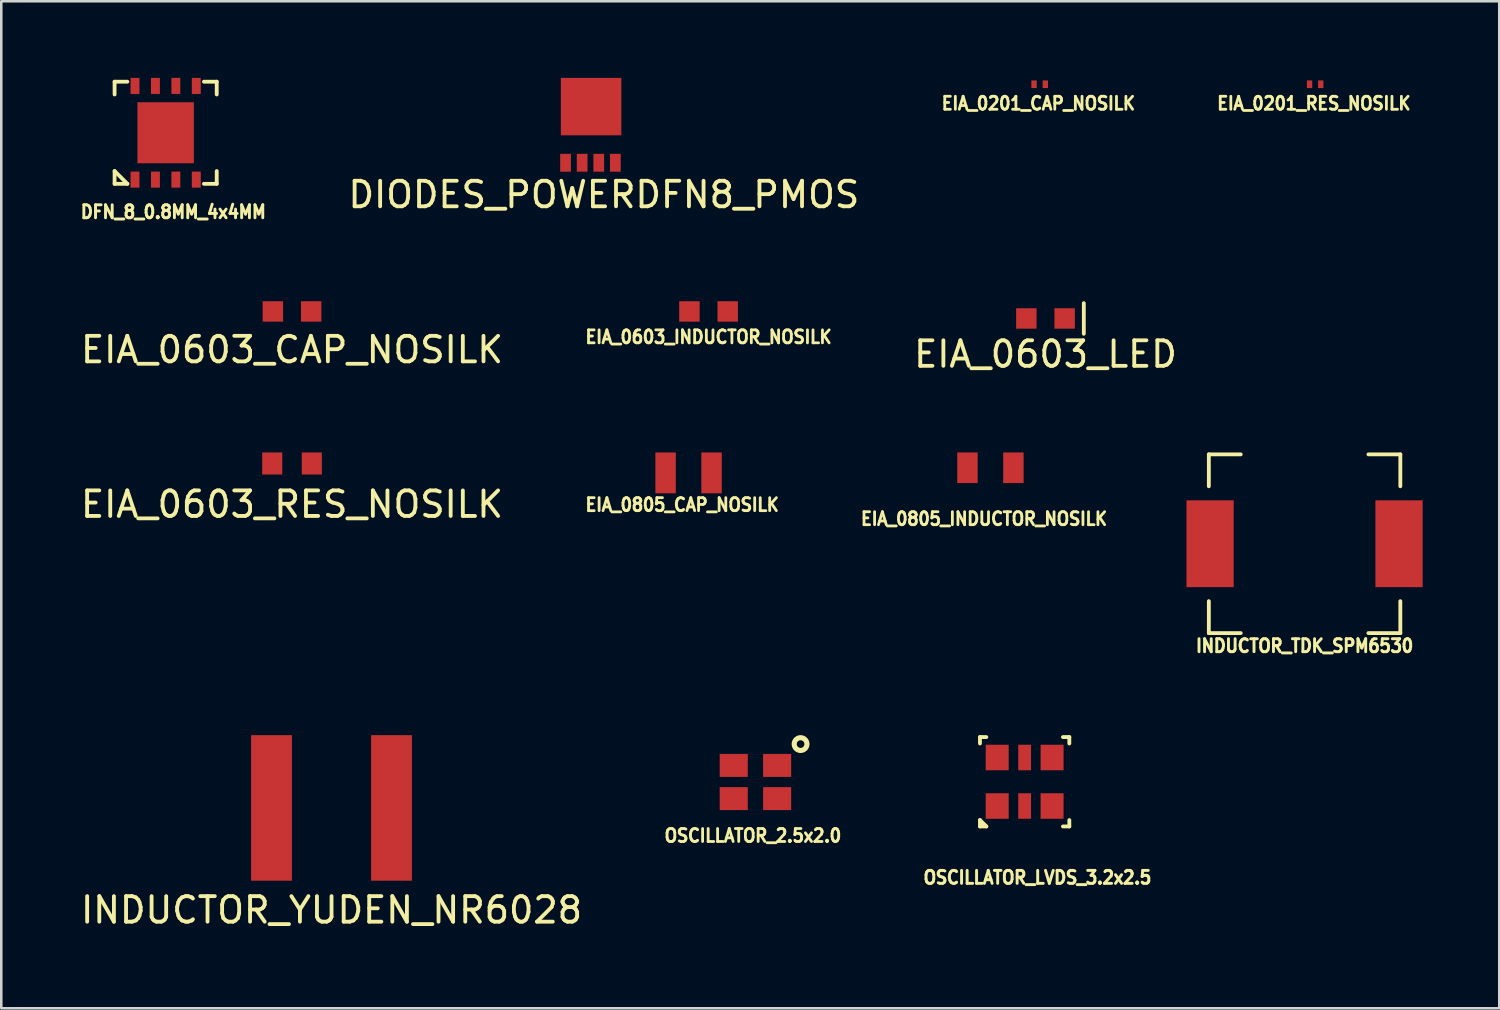
<source format=kicad_pcb>
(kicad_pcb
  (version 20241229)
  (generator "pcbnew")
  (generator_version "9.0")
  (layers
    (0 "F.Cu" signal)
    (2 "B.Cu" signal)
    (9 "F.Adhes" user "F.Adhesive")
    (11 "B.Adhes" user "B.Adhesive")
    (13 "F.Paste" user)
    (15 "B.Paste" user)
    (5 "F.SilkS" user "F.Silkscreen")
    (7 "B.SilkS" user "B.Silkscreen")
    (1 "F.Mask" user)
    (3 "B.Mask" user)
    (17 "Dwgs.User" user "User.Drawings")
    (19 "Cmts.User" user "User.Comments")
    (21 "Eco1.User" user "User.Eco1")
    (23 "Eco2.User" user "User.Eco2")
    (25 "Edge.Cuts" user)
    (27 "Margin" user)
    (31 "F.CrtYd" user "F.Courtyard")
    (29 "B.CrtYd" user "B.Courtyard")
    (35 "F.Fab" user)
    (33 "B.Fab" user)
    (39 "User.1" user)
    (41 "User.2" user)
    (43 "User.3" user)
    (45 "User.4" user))
  (footprint "DIODES_POWERDFN8_PMOS"
    (layer "F.Cu")
    (at 20.101 1.825)
    (property "Reference" "DIODES_POWERDFN8_PMOS" (at 0.5 2.75 0) (layer "F.SilkS") (effects (font (size 1 1) (thickness 0.15))))
    (attr through_hole)
    (pad "D" smd rect (at 0 -0.7) (size 2.37 2.25) (layers "F.Cu" "F.Mask" "F.Paste"))
    (pad "G" smd rect (at 0.95 1.5) (size 0.42 0.7) (layers "F.Cu" "F.Mask" "F.Paste"))
    (pad "S" smd rect (at -1 1.5) (size 0.42 0.7) (layers "F.Cu" "F.Mask" "F.Paste"))
    (pad "S" smd rect (at -0.35 1.5) (size 0.42 0.7) (layers "F.Cu" "F.Mask" "F.Paste"))
    (pad "S" smd rect (at 0.3 1.5) (size 0.42 0.7) (layers "F.Cu" "F.Mask" "F.Paste")))
  (footprint "EIA_0201_CAP_NOSILK"
    (layer "F.Cu")
    (at 37.671 0.25)
    (property "Reference" "EIA_0201_CAP_NOSILK" (at -0.05 0.75 0) (layer "F.SilkS") (effects (font (size 0.508 0.457) (thickness 0.11))))
    (attr through_hole)
    (pad "1" smd rect (at -0.22 0) (size 0.21 0.3) (layers "F.Cu" "F.Mask" "F.Paste"))
    (pad "2" smd rect (at 0.22 0) (size 0.21 0.3) (layers "F.Cu" "F.Mask" "F.Paste")))
  (footprint "EIA_0603_INDUCTOR_NOSILK"
    (layer "F.Cu")
    (at 24.702 9.148)
    (property "Reference" "EIA_0603_INDUCTOR_NOSILK" (at 0 1 0) (layer "F.SilkS") (effects (font (size 0.508 0.457) (thickness 0.11))))
    (attr through_hole)
    (pad "1" smd rect (at -0.75 0) (size 0.8 0.8) (layers "F.Cu" "F.Mask" "F.Paste"))
    (pad "2" smd rect (at 0.75 0) (size 0.8 0.8) (layers "F.Cu" "F.Mask" "F.Paste")))
  (footprint "INDUCTOR_YUDEN_NR6028"
    (layer "F.Cu")
    (at 9.935 28.594)
    (property "Reference" "INDUCTOR_YUDEN_NR6028" (at 0 4 0) (layer "F.SilkS") (effects (font (size 1 1) (thickness 0.15))))
    (attr through_hole)
    (pad "1" smd rect (at -2.35 0) (size 1.6 5.7) (layers "F.Cu" "F.Mask" "F.Paste"))
    (pad "2" smd rect (at 2.35 0) (size 1.6 5.7) (layers "F.Cu" "F.Mask" "F.Paste")))
  (footprint "INDUCTOR_TDK_SPM6530"
    (layer "F.Cu")
    (at 48.046 18.246)
    (property "Reference" "INDUCTOR_TDK_SPM6530" (at 0 4 0) (layer "F.SilkS") (effects (font (size 0.508 0.457) (thickness 0.114))))
    (attr through_hole)
    (fp_line (start -3.75 -3.5) (end -2.5 -3.5) (stroke (width 0.15) (type solid)) (layer "F.SilkS"))
    (fp_line (start -3.75 -2.25) (end -3.75 -3.5) (stroke (width 0.15) (type solid)) (layer "F.SilkS"))
    (fp_line (start -3.75 2.25) (end -3.75 3.5) (stroke (width 0.15) (type solid)) (layer "F.SilkS"))
    (fp_line (start -3.75 3.5) (end -2.5 3.5) (stroke (width 0.15) (type solid)) (layer "F.SilkS"))
    (fp_line (start 3.75 -3.5) (end 2.5 -3.5) (stroke (width 0.15) (type solid)) (layer "F.SilkS"))
    (fp_line (start 3.75 -2.25) (end 3.75 -3.5) (stroke (width 0.15) (type solid)) (layer "F.SilkS"))
    (fp_line (start 3.75 2.25) (end 3.75 3.5) (stroke (width 0.15) (type solid)) (layer "F.SilkS"))
    (fp_line (start 3.75 3.5) (end 2.5 3.5) (stroke (width 0.15) (type solid)) (layer "F.SilkS"))
    (pad "1" smd rect (at -3.7 0) (size 1.85 3.4) (layers "F.Cu" "F.Mask" "F.Paste"))
    (pad "2" smd rect (at 3.7 0) (size 1.85 3.4) (layers "F.Cu" "F.Mask" "F.Paste")))
  (footprint "EIA_0805_CAP_NOSILK"
    (layer "F.Cu")
    (at 23.919 15.471)
    (property "Reference" "EIA_0805_CAP_NOSILK" (at -0.25 1.25 0) (layer "F.SilkS") (effects (font (size 0.508 0.457) (thickness 0.11))))
    (attr through_hole)
    (pad "1" smd rect (at -0.9 0) (size 0.8 1.6) (layers "F.Cu" "F.Mask" "F.Paste"))
    (pad "2" smd rect (at 0.9 0) (size 0.8 1.6) (layers "F.Cu" "F.Mask" "F.Paste")))
  (footprint "EIA_0603_LED"
    (layer "F.Cu")
    (at 37.899 9.423)
    (property "Reference" "EIA_0603_LED" (at 0 1.4 0) (layer "F.SilkS") (effects (font (size 1 1) (thickness 0.15))))
    (attr through_hole)
    (fp_line (start 1.5 -0.6) (end 1.5 0.6) (stroke (width 0.15) (type solid)) (layer "F.SilkS"))
    (pad "1" smd rect (at -0.75 0) (size 0.8 0.8) (layers "F.Cu" "F.Mask" "F.Paste"))
    (pad "2" smd rect (at 0.75 0) (size 0.8 0.8) (layers "F.Cu" "F.Mask" "F.Paste")))
  (footprint "OSCILLATOR_2.5x2.0"
    (layer "F.Cu")
    (at 26.538 27.579)
    (property "Reference" "OSCILLATOR_2.5x2.0" (at -0.1 2.1 0) (layer "F.SilkS") (effects (font (size 0.508 0.457) (thickness 0.11))))
    (attr through_hole)
    (fp_circle (center 1.768 -1.486) (end 1.768 -1.236) (stroke (width 0.2) (type solid)) (fill no) (layer "F.SilkS"))
    (pad "1" smd rect (at 0.85 -0.65) (size 1.1 0.9) (layers "F.Cu" "F.Mask" "F.Paste"))
    (pad "2" smd rect (at -0.85 -0.65) (size 1.1 0.9) (layers "F.Cu" "F.Mask" "F.Paste"))
    (pad "3" smd rect (at -0.85 0.65) (size 1.1 0.9) (layers "F.Cu" "F.Mask" "F.Paste"))
    (pad "4" smd rect (at 0.85 0.65) (size 1.1 0.9) (layers "F.Cu" "F.Mask" "F.Paste")))
  (footprint "EIA_0603_CAP_NOSILK"
    (layer "F.Cu")
    (at 8.387 9.148)
    (property "Reference" "EIA_0603_CAP_NOSILK" (at 0 1.5 0) (layer "F.SilkS") (effects (font (size 1 1) (thickness 0.15))))
    (attr through_hole)
    (pad "1" smd rect (at -0.75 0) (size 0.8 0.8) (layers "F.Cu" "F.Mask" "F.Paste"))
    (pad "2" smd rect (at 0.75 0) (size 0.8 0.8) (layers "F.Cu" "F.Mask" "F.Paste")))
  (footprint "OSCILLATOR_LVDS_3.2x2.5"
    (layer "F.Cu")
    (at 37.082 27.569)
    (property "Reference" "OSCILLATOR_LVDS_3.2x2.5" (at 0.5 3.75 0) (layer "F.SilkS") (effects (font (size 0.508 0.457) (thickness 0.114))))
    (attr through_hole)
    (fp_line (start -1.75 -1.75) (end -1.75 -1.5) (stroke (width 0.15) (type solid)) (layer "F.SilkS"))
    (fp_line (start -1.75 1.5) (end -1.5 1.75) (stroke (width 0.15) (type solid)) (layer "F.SilkS"))
    (fp_line (start -1.75 1.75) (end -1.75 1.5) (stroke (width 0.15) (type solid)) (layer "F.SilkS"))
    (fp_line (start -1.5 -1.75) (end -1.75 -1.75) (stroke (width 0.15) (type solid)) (layer "F.SilkS"))
    (fp_line (start -1.5 1.75) (end -1.75 1.75) (stroke (width 0.15) (type solid)) (layer "F.SilkS"))
    (fp_line (start 1.5 -1.75) (end 1.75 -1.75) (stroke (width 0.15) (type solid)) (layer "F.SilkS"))
    (fp_line (start 1.75 -1.75) (end 1.75 -1.5) (stroke (width 0.15) (type solid)) (layer "F.SilkS"))
    (fp_line (start 1.75 1.5) (end 1.75 1.75) (stroke (width 0.15) (type solid)) (layer "F.SilkS"))
    (fp_line (start 1.75 1.75) (end 1.5 1.75) (stroke (width 0.15) (type solid)) (layer "F.SilkS"))
    (pad "1" smd rect (at -1.075 0.95) (size 0.9 1) (layers "F.Cu" "F.Mask" "F.Paste"))
    (pad "2" smd rect (at 0 0.95) (size 0.5 1) (layers "F.Cu" "F.Mask" "F.Paste"))
    (pad "3" smd rect (at 1.075 0.95) (size 0.9 1) (layers "F.Cu" "F.Mask" "F.Paste"))
    (pad "4" smd rect (at 1.075 -0.95) (size 0.9 1) (layers "F.Cu" "F.Mask" "F.Paste"))
    (pad "5" smd rect (at 0 -0.95) (size 0.5 1) (layers "F.Cu" "F.Mask" "F.Paste"))
    (pad "6" smd rect (at -1.075 -0.95) (size 0.9 1) (layers "F.Cu" "F.Mask" "F.Paste")))
  (footprint "EIA_0805_INDUCTOR_NOSILK"
    (layer "F.Cu")
    (at 35.742 15.271)
    (property "Reference" "EIA_0805_INDUCTOR_NOSILK" (at -0.25 2 0) (layer "F.SilkS") (effects (font (size 0.508 0.457) (thickness 0.11))))
    (attr through_hole)
    (pad "1" smd rect (at -0.9 0) (size 0.8 1.2) (layers "F.Cu" "F.Mask" "F.Paste"))
    (pad "2" smd rect (at 0.9 0) (size 0.8 1.2) (layers "F.Cu" "F.Mask" "F.Paste")))
  (footprint "EIA_0201_RES_NOSILK"
    (layer "F.Cu")
    (at 48.461 0.25)
    (property "Reference" "EIA_0201_RES_NOSILK" (at -0.05 0.75 0) (layer "F.SilkS") (effects (font (size 0.508 0.457) (thickness 0.11))))
    (attr through_hole)
    (pad "1" smd rect (at -0.22 0) (size 0.21 0.3) (layers "F.Cu" "F.Mask" "F.Paste"))
    (pad "2" smd rect (at 0.22 0) (size 0.21 0.3) (layers "F.Cu" "F.Mask" "F.Paste")))
  (footprint "EIA_0603_RES_NOSILK"
    (layer "F.Cu")
    (at 8.387 15.103)
    (property "Reference" "EIA_0603_RES_NOSILK" (at 0 1.6 0) (layer "F.SilkS") (effects (font (size 1 1) (thickness 0.15))))
    (attr through_hole)
    (pad "1" smd rect (at -0.775 0) (size 0.787 0.864) (layers "F.Cu" "F.Mask" "F.Paste"))
    (pad "2" smd rect (at 0.775 0) (size 0.787 0.864) (layers "F.Cu" "F.Mask" "F.Paste")))
  (footprint "DFN_8_0.8MM_4x4MM"
    (layer "F.Cu")
    (at 3.438 2.15)
    (property "Reference" "DFN_8_0.8MM_4x4MM" (at 0.3 3.1 0) (layer "F.SilkS") (effects (font (size 0.508 0.457) (thickness 0.114))))
    (attr through_hole)
    (fp_line (start -2 -2) (end -2 -1.5) (stroke (width 0.15) (type solid)) (layer "F.SilkS"))
    (fp_line (start -2 1.5) (end -1.5 2) (stroke (width 0.15) (type solid)) (layer "F.SilkS"))
    (fp_line (start -2 2) (end -2 1.5) (stroke (width 0.15) (type solid)) (layer "F.SilkS"))
    (fp_line (start -1.5 -2) (end -2 -2) (stroke (width 0.15) (type solid)) (layer "F.SilkS"))
    (fp_line (start -1.5 2) (end -2 2) (stroke (width 0.15) (type solid)) (layer "F.SilkS"))
    (fp_line (start 1.5 -2) (end 2 -2) (stroke (width 0.15) (type solid)) (layer "F.SilkS"))
    (fp_line (start 2 -2) (end 2 -1.5) (stroke (width 0.15) (type solid)) (layer "F.SilkS"))
    (fp_line (start 2 1.5) (end 2 2) (stroke (width 0.15) (type solid)) (layer "F.SilkS"))
    (fp_line (start 2 2) (end 1.5 2) (stroke (width 0.15) (type solid)) (layer "F.SilkS"))
    (pad "1" smd rect (at -1.2 1.835) (size 0.35 0.63) (layers "F.Cu" "F.Mask" "F.Paste"))
    (pad "2" smd rect (at -0.4 1.835) (size 0.35 0.63) (layers "F.Cu" "F.Mask" "F.Paste"))
    (pad "3" smd rect (at 0.4 1.835) (size 0.35 0.63) (layers "F.Cu" "F.Mask" "F.Paste"))
    (pad "4" smd rect (at 1.2 1.835) (size 0.35 0.63) (layers "F.Cu" "F.Mask" "F.Paste"))
    (pad "5" smd rect (at 1.2 -1.835) (size 0.35 0.63) (layers "F.Cu" "F.Mask" "F.Paste"))
    (pad "6" smd rect (at 0.4 -1.835) (size 0.35 0.63) (layers "F.Cu" "F.Mask" "F.Paste"))
    (pad "7" smd rect (at -0.4 -1.835) (size 0.35 0.63) (layers "F.Cu" "F.Mask" "F.Paste"))
    (pad "8" smd rect (at -1.2 -1.835) (size 0.35 0.63) (layers "F.Cu" "F.Mask" "F.Paste"))
    (pad "PAD" smd rect (at -0.75 -0.75) (size 0.5 0.5) (layers "F.Cu" "F.Paste"))
    (pad "PAD" smd rect (at -0.75 0) (size 0.5 0.5) (layers "F.Cu" "F.Paste"))
    (pad "PAD" smd rect (at -0.75 0.75) (size 0.5 0.5) (layers "F.Cu" "F.Paste"))
    (pad "PAD" smd rect (at 0 -0.75) (size 0.5 0.5) (layers "F.Cu" "F.Paste"))
    (pad "PAD" smd rect (at 0 0) (size 0.5 0.5) (layers "F.Cu" "F.Paste"))
    (pad "PAD" smd rect (at 0 0) (size 2.21 2.39) (layers "F.Cu" "F.Mask"))
    (pad "PAD" smd rect (at 0 0.75) (size 0.5 0.5) (layers "F.Cu" "F.Paste"))
    (pad "PAD" smd rect (at 0.75 -0.75) (size 0.5 0.5) (layers "F.Cu" "F.Paste"))
    (pad "PAD" smd rect (at 0.75 0) (size 0.5 0.5) (layers "F.Cu" "F.Paste"))
    (pad "PAD" smd rect (at 0.75 0.75) (size 0.5 0.5) (layers "F.Cu" "F.Paste")))
  (gr_rect
    (start -3 -3)
    (end 55.671 36.442)
    (stroke (width 0.1) (type default))
    (fill no)
    (layer "Edge.Cuts")))
</source>
